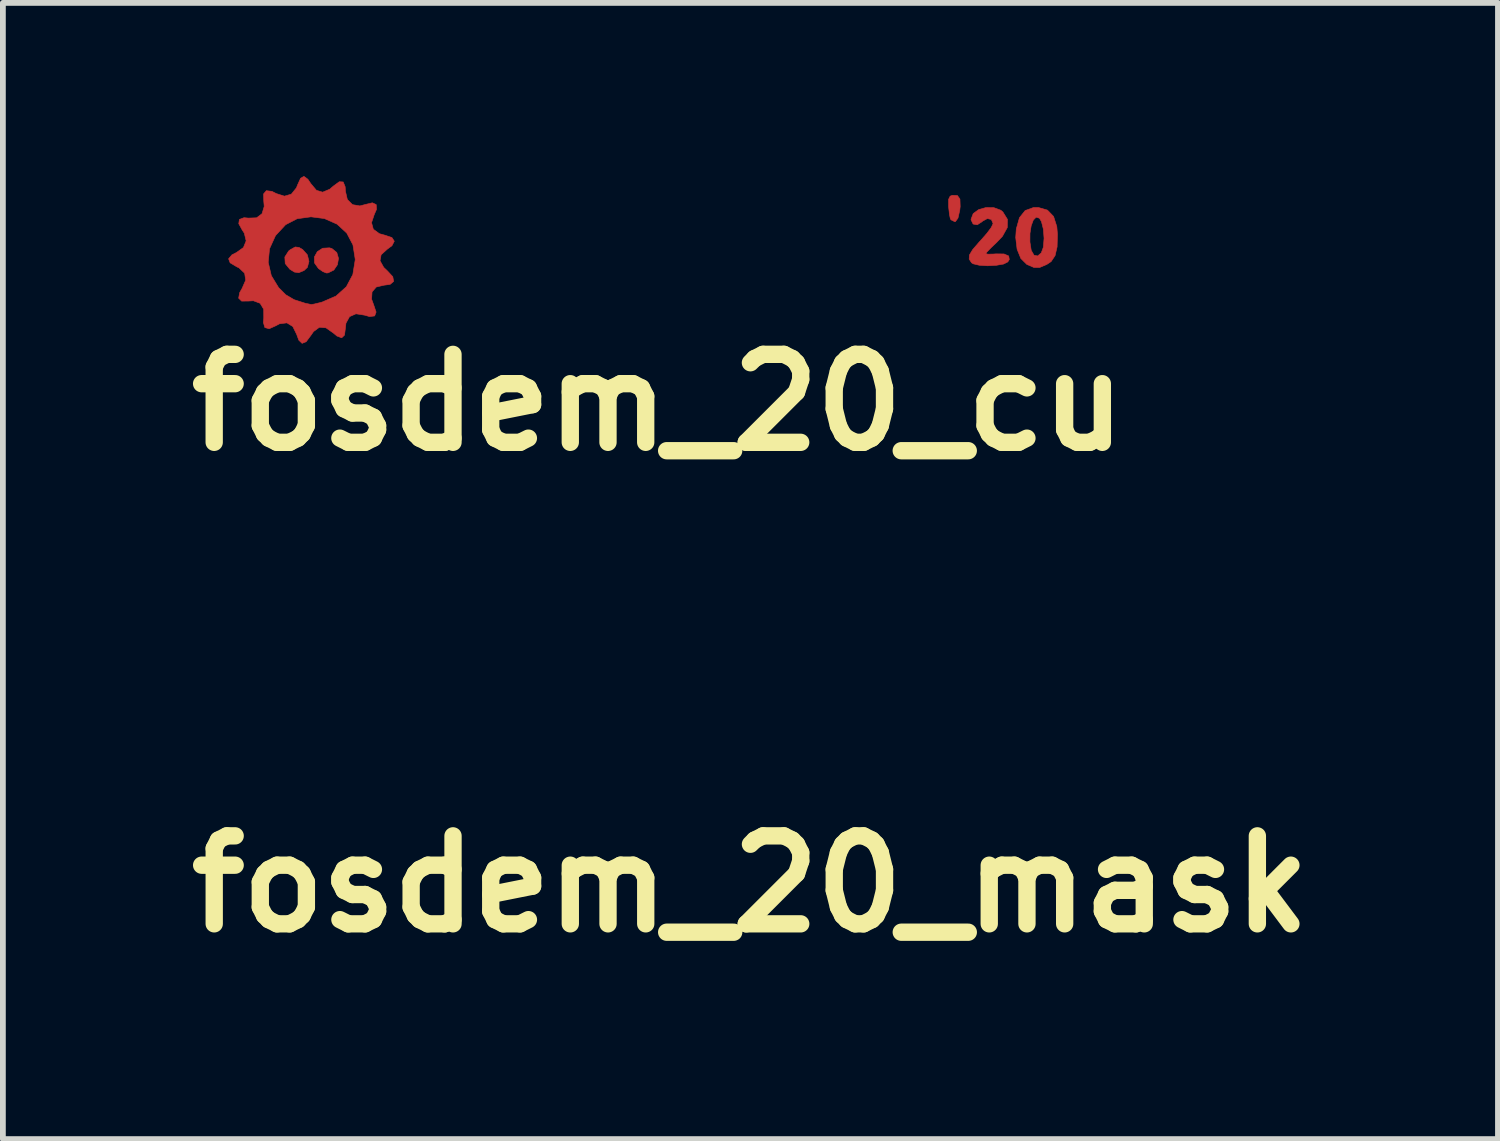
<source format=kicad_pcb>
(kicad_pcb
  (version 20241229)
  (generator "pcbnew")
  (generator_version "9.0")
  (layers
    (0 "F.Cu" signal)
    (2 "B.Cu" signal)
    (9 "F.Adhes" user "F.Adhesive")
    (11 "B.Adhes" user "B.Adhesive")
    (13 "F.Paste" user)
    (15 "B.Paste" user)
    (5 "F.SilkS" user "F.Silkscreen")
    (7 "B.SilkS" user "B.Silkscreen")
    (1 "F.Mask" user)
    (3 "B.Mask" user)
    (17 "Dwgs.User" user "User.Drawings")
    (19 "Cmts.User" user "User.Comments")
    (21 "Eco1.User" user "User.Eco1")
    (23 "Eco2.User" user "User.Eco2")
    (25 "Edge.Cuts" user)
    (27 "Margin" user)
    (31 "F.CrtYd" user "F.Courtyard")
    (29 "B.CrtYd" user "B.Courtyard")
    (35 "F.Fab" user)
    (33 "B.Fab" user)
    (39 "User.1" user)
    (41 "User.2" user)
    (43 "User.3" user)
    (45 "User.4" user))
  (footprint "fosdem_20_mask"
    (layer "F.Cu")
    (at 9.95 12.264)
    (property "Reference" "fosdem_20_mask" (at 0 0 0) (layer "F.SilkS") (effects (font (size 1.524 1.524) (thickness 0.3))))
    (attr through_hole)
    (fp_poly (pts (xy -6.223 -2.687) (xy -6.16 -2.65) (xy -6.079 -2.559) (xy -6.051 -2.446) (xy -6.078 -2.342) (xy -6.136 -2.287) (xy -6.228 -2.249) (xy -6.303 -2.26) (xy -6.383 -2.31) (xy -6.462 -2.407) (xy -6.469 -2.521) (xy -6.403 -2.625) (xy -6.371 -2.65) (xy -6.288 -2.695) (xy -6.223 -2.687)) (stroke (width 0.01) (type solid)) (fill yes) (layer "F.Mask"))
    (fp_poly (pts (xy -5.654 -2.668) (xy -5.569 -2.599) (xy -5.539 -2.497) (xy -5.558 -2.387) (xy -5.62 -2.295) (xy -5.719 -2.246) (xy -5.75 -2.244) (xy -5.809 -2.268) (xy -5.886 -2.321) (xy -5.955 -2.418) (xy -5.957 -2.522) (xy -5.906 -2.614) (xy -5.814 -2.673) (xy -5.696 -2.68) (xy -5.654 -2.668)) (stroke (width 0.01) (type solid)) (fill yes) (layer "F.Mask"))
    (fp_poly (pts (xy 5.182 -3.586) (xy 5.226 -3.524) (xy 5.23 -3.395) (xy 5.223 -3.331) (xy 5.192 -3.195) (xy 5.148 -3.135) (xy 5.136 -3.133) (xy 5.071 -3.165) (xy 5.059 -3.186) (xy 5.044 -3.26) (xy 5.031 -3.377) (xy 5.029 -3.406) (xy 5.029 -3.52) (xy 5.056 -3.575) (xy 5.095 -3.59) (xy 5.182 -3.586)) (stroke (width 0.01) (type solid)) (fill yes) (layer "F.Mask"))
    (fp_poly (pts (xy 6.742 -3.333) (xy 6.848 -3.223) (xy 6.904 -3.047) (xy 6.915 -2.915) (xy 6.909 -2.697) (xy 6.874 -2.545) (xy 6.806 -2.443) (xy 6.732 -2.393) (xy 6.608 -2.34) (xy 6.507 -2.34) (xy 6.386 -2.392) (xy 6.383 -2.394) (xy 6.281 -2.495) (xy 6.216 -2.655) (xy 6.201 -2.782) (xy 6.438 -2.782) (xy 6.461 -2.635) (xy 6.509 -2.552) (xy 6.573 -2.539) (xy 6.635 -2.593) (xy 6.671 -2.691) (xy 6.683 -2.845) (xy 6.671 -3.004) (xy 6.638 -3.134) (xy 6.603 -3.193) (xy 6.546 -3.211) (xy 6.497 -3.161) (xy 6.46 -3.062) (xy 6.439 -2.93) (xy 6.438 -2.782) (xy 6.201 -2.782) (xy 6.192 -2.858) (xy 6.202 -3.007) (xy 6.257 -3.202) (xy 6.356 -3.326) (xy 6.502 -3.379) (xy 6.584 -3.379) (xy 6.742 -3.333)) (stroke (width 0.01) (type solid)) (fill yes) (layer "F.Mask"))
    (fp_poly (pts (xy 5.813 -3.376) (xy 5.934 -3.331) (xy 5.969 -3.302) (xy 6.049 -3.173) (xy 6.046 -3.031) (xy 5.961 -2.878) (xy 5.863 -2.775) (xy 5.763 -2.68) (xy 5.694 -2.608) (xy 5.673 -2.58) (xy 5.71 -2.57) (xy 5.804 -2.572) (xy 5.846 -2.575) (xy 5.989 -2.574) (xy 6.07 -2.539) (xy 6.081 -2.478) (xy 6.055 -2.436) (xy 5.982 -2.399) (xy 5.855 -2.377) (xy 5.705 -2.369) (xy 5.562 -2.378) (xy 5.456 -2.403) (xy 5.427 -2.421) (xy 5.386 -2.484) (xy 5.39 -2.555) (xy 5.446 -2.649) (xy 5.56 -2.781) (xy 5.588 -2.811) (xy 5.692 -2.93) (xy 5.768 -3.032) (xy 5.799 -3.097) (xy 5.8 -3.1) (xy 5.77 -3.171) (xy 5.701 -3.187) (xy 5.619 -3.143) (xy 5.609 -3.133) (xy 5.526 -3.079) (xy 5.454 -3.092) (xy 5.419 -3.164) (xy 5.419 -3.177) (xy 5.456 -3.273) (xy 5.55 -3.342) (xy 5.677 -3.378) (xy 5.813 -3.376)) (stroke (width 0.01) (type solid)) (fill yes) (layer "F.Mask"))
    (fp_poly (pts (xy -6.07 -3.868) (xy -6.018 -3.791) (xy -5.921 -3.676) (xy -5.814 -3.644) (xy -5.692 -3.695) (xy -5.626 -3.751) (xy -5.525 -3.825) (xy -5.458 -3.821) (xy -5.424 -3.739) (xy -5.419 -3.66) (xy -5.386 -3.517) (xy -5.297 -3.428) (xy -5.169 -3.406) (xy -5.077 -3.43) (xy -4.953 -3.46) (xy -4.886 -3.429) (xy -4.881 -3.346) (xy -4.92 -3.257) (xy -4.967 -3.116) (xy -4.936 -3.002) (xy -4.831 -2.925) (xy -4.736 -2.899) (xy -4.614 -2.858) (xy -4.573 -2.795) (xy -4.613 -2.717) (xy -4.699 -2.653) (xy -4.801 -2.56) (xy -4.82 -2.456) (xy -4.756 -2.341) (xy -4.693 -2.281) (xy -4.599 -2.18) (xy -4.584 -2.099) (xy -4.645 -2.047) (xy -4.754 -2.032) (xy -4.885 -2.001) (xy -4.958 -1.916) (xy -4.966 -1.791) (xy -4.928 -1.686) (xy -4.888 -1.567) (xy -4.913 -1.5) (xy -5.001 -1.489) (xy -5.089 -1.514) (xy -5.237 -1.537) (xy -5.348 -1.488) (xy -5.41 -1.375) (xy -5.419 -1.293) (xy -5.435 -1.168) (xy -5.484 -1.121) (xy -5.566 -1.152) (xy -5.626 -1.202) (xy -5.756 -1.294) (xy -5.87 -1.304) (xy -5.971 -1.23) (xy -6.017 -1.164) (xy -6.1 -1.053) (xy -6.17 -1.025) (xy -6.227 -1.08) (xy -6.264 -1.181) (xy -6.331 -1.317) (xy -6.433 -1.38) (xy -6.561 -1.364) (xy -6.625 -1.33) (xy -6.741 -1.278) (xy -6.815 -1.299) (xy -6.841 -1.388) (xy -6.834 -1.462) (xy -6.835 -1.616) (xy -6.897 -1.719) (xy -7.013 -1.763) (xy -7.101 -1.758) (xy -7.217 -1.757) (xy -7.269 -1.808) (xy -7.251 -1.904) (xy -7.209 -1.978) (xy -7.147 -2.12) (xy -7.165 -2.24) (xy -7.262 -2.332) (xy -7.306 -2.354) (xy -7.416 -2.42) (xy -7.42 -2.429) (xy -6.757 -2.429) (xy -6.703 -2.198) (xy -6.577 -1.991) (xy -6.453 -1.867) (xy -6.309 -1.782) (xy -6.119 -1.721) (xy -6.011 -1.698) (xy -5.961 -1.706) (xy -5.861 -1.73) (xy -5.821 -1.741) (xy -5.582 -1.845) (xy -5.403 -2.006) (xy -5.291 -2.217) (xy -5.25 -2.47) (xy -5.25 -2.485) (xy -5.289 -2.731) (xy -5.396 -2.935) (xy -5.564 -3.09) (xy -5.783 -3.187) (xy -6.016 -3.217) (xy -6.256 -3.184) (xy -6.455 -3.081) (xy -6.621 -2.902) (xy -6.634 -2.884) (xy -6.734 -2.664) (xy -6.757 -2.429) (xy -7.42 -2.429) (xy -7.443 -2.49) (xy -7.385 -2.559) (xy -7.308 -2.598) (xy -7.186 -2.685) (xy -7.139 -2.801) (xy -7.171 -2.934) (xy -7.206 -2.987) (xy -7.267 -3.098) (xy -7.256 -3.172) (xy -7.176 -3.202) (xy -7.101 -3.195) (xy -6.958 -3.2) (xy -6.864 -3.271) (xy -6.826 -3.397) (xy -6.834 -3.491) (xy -6.837 -3.614) (xy -6.789 -3.67) (xy -6.692 -3.658) (xy -6.617 -3.62) (xy -6.476 -3.575) (xy -6.356 -3.61) (xy -6.268 -3.719) (xy -6.249 -3.768) (xy -6.196 -3.885) (xy -6.138 -3.918) (xy -6.07 -3.868)) (stroke (width 0.01) (type solid)) (fill yes) (layer "F.Mask")))
  (footprint "fosdem_20_cu"
    (layer "F.Cu")
    (at 8.353 3.923)
    (property "Reference" "fosdem_20_cu" (at 0 0 0) (layer "F.SilkS") (effects (font (size 1.524 1.524) (thickness 0.3))))
    (attr through_hole)
    (fp_poly (pts (xy -6.223 -2.687) (xy -6.16 -2.65) (xy -6.079 -2.559) (xy -6.051 -2.446) (xy -6.078 -2.342) (xy -6.136 -2.287) (xy -6.228 -2.249) (xy -6.303 -2.26) (xy -6.383 -2.31) (xy -6.462 -2.407) (xy -6.469 -2.521) (xy -6.403 -2.625) (xy -6.371 -2.65) (xy -6.288 -2.695) (xy -6.223 -2.687)) (stroke (width 0.01) (type solid)) (fill yes) (layer "F.Cu"))
    (fp_poly (pts (xy -5.654 -2.668) (xy -5.569 -2.599) (xy -5.539 -2.497) (xy -5.558 -2.387) (xy -5.62 -2.295) (xy -5.719 -2.246) (xy -5.75 -2.244) (xy -5.809 -2.268) (xy -5.886 -2.321) (xy -5.955 -2.418) (xy -5.957 -2.522) (xy -5.906 -2.614) (xy -5.814 -2.673) (xy -5.696 -2.68) (xy -5.654 -2.668)) (stroke (width 0.01) (type solid)) (fill yes) (layer "F.Cu"))
    (fp_poly (pts (xy 5.182 -3.586) (xy 5.226 -3.524) (xy 5.23 -3.395) (xy 5.223 -3.331) (xy 5.192 -3.195) (xy 5.148 -3.135) (xy 5.136 -3.133) (xy 5.071 -3.165) (xy 5.059 -3.186) (xy 5.044 -3.26) (xy 5.031 -3.377) (xy 5.029 -3.406) (xy 5.029 -3.52) (xy 5.056 -3.575) (xy 5.095 -3.59) (xy 5.182 -3.586)) (stroke (width 0.01) (type solid)) (fill yes) (layer "F.Cu"))
    (fp_poly (pts (xy 6.742 -3.333) (xy 6.848 -3.223) (xy 6.904 -3.047) (xy 6.915 -2.915) (xy 6.909 -2.697) (xy 6.874 -2.545) (xy 6.806 -2.443) (xy 6.732 -2.393) (xy 6.608 -2.34) (xy 6.507 -2.34) (xy 6.386 -2.392) (xy 6.383 -2.394) (xy 6.281 -2.495) (xy 6.216 -2.655) (xy 6.201 -2.782) (xy 6.438 -2.782) (xy 6.461 -2.635) (xy 6.509 -2.552) (xy 6.573 -2.539) (xy 6.635 -2.593) (xy 6.671 -2.691) (xy 6.683 -2.845) (xy 6.671 -3.004) (xy 6.638 -3.134) (xy 6.603 -3.193) (xy 6.546 -3.211) (xy 6.497 -3.161) (xy 6.46 -3.062) (xy 6.439 -2.93) (xy 6.438 -2.782) (xy 6.201 -2.782) (xy 6.192 -2.858) (xy 6.202 -3.007) (xy 6.257 -3.202) (xy 6.356 -3.326) (xy 6.502 -3.379) (xy 6.584 -3.379) (xy 6.742 -3.333)) (stroke (width 0.01) (type solid)) (fill yes) (layer "F.Cu"))
    (fp_poly (pts (xy 5.813 -3.376) (xy 5.934 -3.331) (xy 5.969 -3.302) (xy 6.049 -3.173) (xy 6.046 -3.031) (xy 5.961 -2.878) (xy 5.863 -2.775) (xy 5.763 -2.68) (xy 5.694 -2.608) (xy 5.673 -2.58) (xy 5.71 -2.57) (xy 5.804 -2.572) (xy 5.846 -2.575) (xy 5.989 -2.574) (xy 6.07 -2.539) (xy 6.081 -2.478) (xy 6.055 -2.436) (xy 5.982 -2.399) (xy 5.855 -2.377) (xy 5.705 -2.369) (xy 5.562 -2.378) (xy 5.456 -2.403) (xy 5.427 -2.421) (xy 5.386 -2.484) (xy 5.39 -2.555) (xy 5.446 -2.649) (xy 5.56 -2.781) (xy 5.588 -2.811) (xy 5.692 -2.93) (xy 5.768 -3.032) (xy 5.799 -3.097) (xy 5.8 -3.1) (xy 5.77 -3.171) (xy 5.701 -3.187) (xy 5.619 -3.143) (xy 5.609 -3.133) (xy 5.526 -3.079) (xy 5.454 -3.092) (xy 5.419 -3.164) (xy 5.419 -3.177) (xy 5.456 -3.273) (xy 5.55 -3.342) (xy 5.677 -3.378) (xy 5.813 -3.376)) (stroke (width 0.01) (type solid)) (fill yes) (layer "F.Cu"))
    (fp_poly (pts (xy -6.07 -3.868) (xy -6.018 -3.791) (xy -5.921 -3.676) (xy -5.814 -3.644) (xy -5.692 -3.695) (xy -5.626 -3.751) (xy -5.525 -3.825) (xy -5.458 -3.821) (xy -5.424 -3.739) (xy -5.419 -3.66) (xy -5.386 -3.517) (xy -5.297 -3.428) (xy -5.169 -3.406) (xy -5.077 -3.43) (xy -4.953 -3.46) (xy -4.886 -3.429) (xy -4.881 -3.346) (xy -4.92 -3.257) (xy -4.967 -3.116) (xy -4.936 -3.002) (xy -4.831 -2.925) (xy -4.736 -2.899) (xy -4.614 -2.858) (xy -4.573 -2.795) (xy -4.613 -2.717) (xy -4.699 -2.653) (xy -4.801 -2.56) (xy -4.82 -2.456) (xy -4.756 -2.341) (xy -4.693 -2.281) (xy -4.599 -2.18) (xy -4.584 -2.099) (xy -4.645 -2.047) (xy -4.754 -2.032) (xy -4.885 -2.001) (xy -4.958 -1.916) (xy -4.966 -1.791) (xy -4.928 -1.686) (xy -4.888 -1.567) (xy -4.913 -1.5) (xy -5.001 -1.489) (xy -5.089 -1.514) (xy -5.237 -1.537) (xy -5.348 -1.488) (xy -5.41 -1.375) (xy -5.419 -1.293) (xy -5.435 -1.168) (xy -5.484 -1.121) (xy -5.566 -1.152) (xy -5.626 -1.202) (xy -5.756 -1.294) (xy -5.87 -1.304) (xy -5.971 -1.23) (xy -6.017 -1.164) (xy -6.1 -1.053) (xy -6.17 -1.025) (xy -6.227 -1.08) (xy -6.264 -1.181) (xy -6.331 -1.317) (xy -6.433 -1.38) (xy -6.561 -1.364) (xy -6.625 -1.33) (xy -6.741 -1.278) (xy -6.815 -1.299) (xy -6.841 -1.388) (xy -6.834 -1.462) (xy -6.835 -1.616) (xy -6.897 -1.719) (xy -7.013 -1.763) (xy -7.101 -1.758) (xy -7.217 -1.757) (xy -7.269 -1.808) (xy -7.251 -1.904) (xy -7.209 -1.978) (xy -7.147 -2.12) (xy -7.165 -2.24) (xy -7.262 -2.332) (xy -7.306 -2.354) (xy -7.416 -2.42) (xy -7.42 -2.429) (xy -6.757 -2.429) (xy -6.703 -2.198) (xy -6.577 -1.991) (xy -6.453 -1.867) (xy -6.309 -1.782) (xy -6.119 -1.721) (xy -6.011 -1.698) (xy -5.961 -1.706) (xy -5.861 -1.73) (xy -5.821 -1.741) (xy -5.582 -1.845) (xy -5.403 -2.006) (xy -5.291 -2.217) (xy -5.25 -2.47) (xy -5.25 -2.485) (xy -5.289 -2.731) (xy -5.396 -2.935) (xy -5.564 -3.09) (xy -5.783 -3.187) (xy -6.016 -3.217) (xy -6.256 -3.184) (xy -6.455 -3.081) (xy -6.621 -2.902) (xy -6.634 -2.884) (xy -6.734 -2.664) (xy -6.757 -2.429) (xy -7.42 -2.429) (xy -7.443 -2.49) (xy -7.385 -2.559) (xy -7.308 -2.598) (xy -7.186 -2.685) (xy -7.139 -2.801) (xy -7.171 -2.934) (xy -7.206 -2.987) (xy -7.267 -3.098) (xy -7.256 -3.172) (xy -7.176 -3.202) (xy -7.101 -3.195) (xy -6.958 -3.2) (xy -6.864 -3.271) (xy -6.826 -3.397) (xy -6.834 -3.491) (xy -6.837 -3.614) (xy -6.789 -3.67) (xy -6.692 -3.658) (xy -6.617 -3.62) (xy -6.476 -3.575) (xy -6.356 -3.61) (xy -6.268 -3.719) (xy -6.249 -3.768) (xy -6.196 -3.885) (xy -6.138 -3.918) (xy -6.07 -3.868)) (stroke (width 0.01) (type solid)) (fill yes) (layer "F.Cu")))
  (gr_rect
    (start -3 -3)
    (end 22.899 16.682)
    (stroke (width 0.1) (type default))
    (fill no)
    (layer "Edge.Cuts")))
</source>
